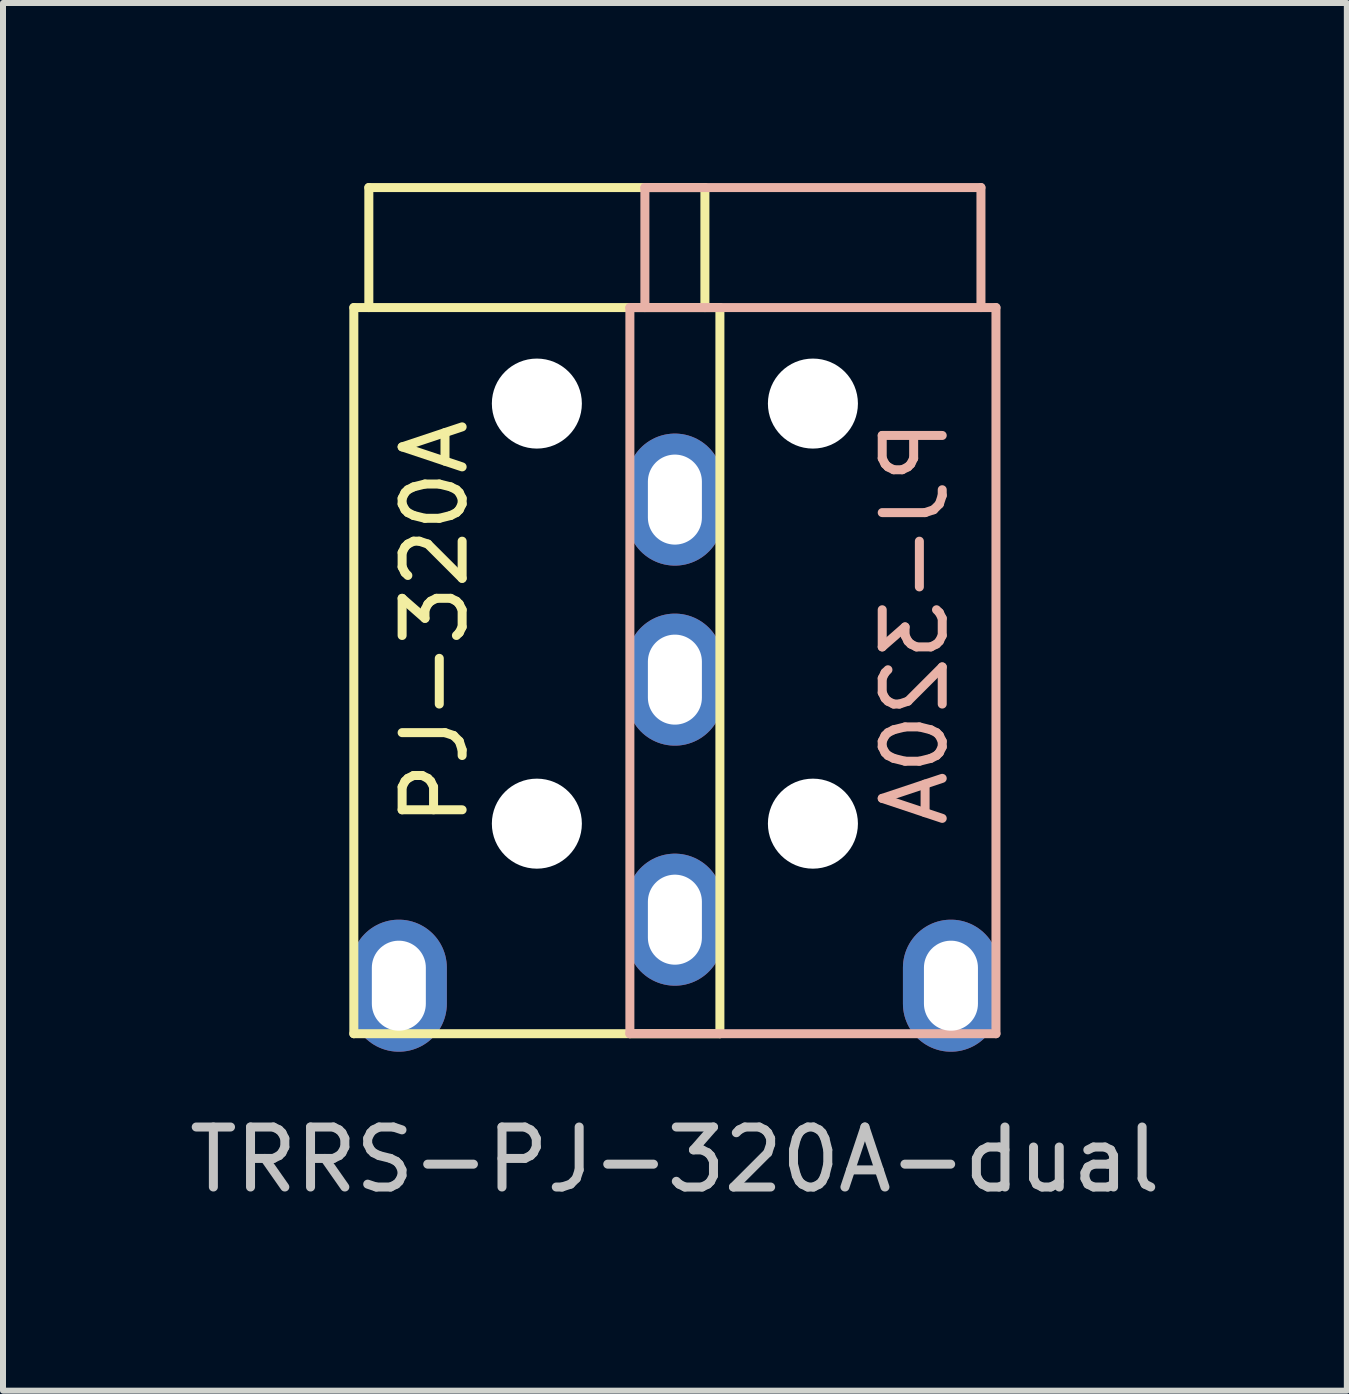
<source format=kicad_pcb>
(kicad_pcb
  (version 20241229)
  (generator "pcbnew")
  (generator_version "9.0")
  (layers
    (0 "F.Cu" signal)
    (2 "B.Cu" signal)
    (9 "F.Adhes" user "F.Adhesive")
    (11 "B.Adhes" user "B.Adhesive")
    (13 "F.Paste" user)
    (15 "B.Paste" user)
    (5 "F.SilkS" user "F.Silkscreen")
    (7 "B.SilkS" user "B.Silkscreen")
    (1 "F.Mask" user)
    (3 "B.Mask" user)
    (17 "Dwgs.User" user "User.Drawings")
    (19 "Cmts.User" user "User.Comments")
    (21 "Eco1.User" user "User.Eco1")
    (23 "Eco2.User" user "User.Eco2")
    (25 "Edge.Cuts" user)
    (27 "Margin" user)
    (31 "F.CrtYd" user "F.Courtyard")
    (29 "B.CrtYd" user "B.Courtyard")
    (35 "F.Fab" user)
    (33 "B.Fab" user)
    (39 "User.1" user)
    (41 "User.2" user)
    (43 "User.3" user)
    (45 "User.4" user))
  (footprint "TRRS-PJ-320A-dual"
    (layer "F.Cu")
    (at 8.196 2.075)
    (property "Reference" "TRRS-PJ-320A-dual" (at 0 14.2 0) (layer "Dwgs.User") (effects (font (size 1 1) (thickness 0.15))))
    (attr through_hole)
    (fp_line (start -5.35 0) (end -5.35 12.1) (stroke (width 0.15) (type solid)) (layer "F.SilkS"))
    (fp_line (start -5.1 0) (end -5.1 -2) (stroke (width 0.15) (type solid)) (layer "F.SilkS"))
    (fp_line (start 0.5 -2) (end -5.1 -2) (stroke (width 0.15) (type solid)) (layer "F.SilkS"))
    (fp_line (start 0.5 0) (end 0.5 -2) (stroke (width 0.15) (type solid)) (layer "F.SilkS"))
    (fp_line (start 0.75 0) (end -5.35 0) (stroke (width 0.15) (type solid)) (layer "F.SilkS"))
    (fp_line (start 0.75 0) (end 0.75 12.1) (stroke (width 0.15) (type solid)) (layer "F.SilkS"))
    (fp_line (start 0.75 12.1) (end -5.35 12.1) (stroke (width 0.15) (type solid)) (layer "F.SilkS"))
    (fp_line (start -0.75 0) (end -0.75 12.1) (stroke (width 0.15) (type solid)) (layer "B.SilkS"))
    (fp_line (start -0.75 0) (end 5.35 0) (stroke (width 0.15) (type solid)) (layer "B.SilkS"))
    (fp_line (start -0.75 12.1) (end 5.35 12.1) (stroke (width 0.15) (type solid)) (layer "B.SilkS"))
    (fp_line (start -0.5 -2) (end 5.1 -2) (stroke (width 0.15) (type solid)) (layer "B.SilkS"))
    (fp_line (start -0.5 0) (end -0.5 -2) (stroke (width 0.15) (type solid)) (layer "B.SilkS"))
    (fp_line (start 5.1 0) (end 5.1 -2) (stroke (width 0.15) (type solid)) (layer "B.SilkS"))
    (fp_line (start 5.35 0) (end 5.35 12.1) (stroke (width 0.15) (type solid)) (layer "B.SilkS"))
    (fp_text user "PJ-320A" (at -4 5.25 90) (layer "F.SilkS") (effects (font (size 1 1) (thickness 0.15))))
    (fp_text user "PJ-320A" (at 4 5.25 270) (layer "B.SilkS") (effects (font (size 1 1) (thickness 0.15)) (justify mirror)))
    (pad "" np_thru_hole circle (at -2.3 1.6) (size 1.5 1.5) (drill 1.5) (layers "*.Cu" "*.Mask"))
    (pad "" np_thru_hole circle (at -2.3 8.6) (size 1.5 1.5) (drill 1.5) (layers "*.Cu" "*.Mask"))
    (pad "" np_thru_hole circle (at 2.3 1.6) (size 1.5 1.5) (drill 1.5) (layers "*.Cu" "*.Mask"))
    (pad "" np_thru_hole circle (at 2.3 8.6) (size 1.5 1.5) (drill 1.5) (layers "*.Cu" "*.Mask"))
    (pad "R1" thru_hole oval (at 0 10.2) (size 1.6 2.2) (drill oval 0.9 1.5) (layers "*.Cu" "*.Mask"))
    (pad "R2" thru_hole oval (at 0 6.2) (size 1.6 2.2) (drill oval 0.9 1.5) (layers "*.Cu" "*.Mask"))
    (pad "S" thru_hole oval (at 0 3.2) (size 1.6 2.2) (drill oval 0.9 1.5) (layers "*.Cu" "*.Mask"))
    (pad "T" thru_hole oval (at -4.6 11.3) (size 1.6 2.2) (drill oval 0.9 1.5) (layers "*.Cu" "*.Mask"))
    (pad "T" thru_hole oval (at 4.6 11.3) (size 1.6 2.2) (drill oval 0.9 1.5) (layers "*.Cu" "*.Mask")))
  (gr_rect
    (start -3 -3)
    (end 19.393 20.123)
    (stroke (width 0.1) (type default))
    (fill no)
    (layer "Edge.Cuts")))
</source>
